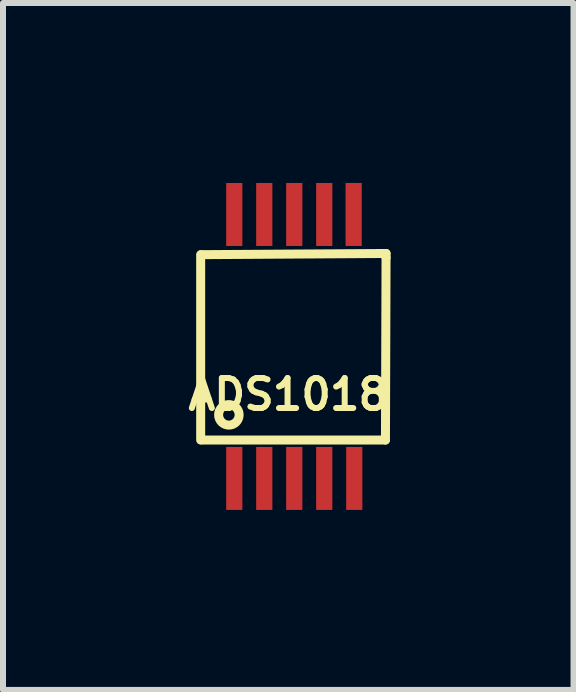
<source format=kicad_pcb>
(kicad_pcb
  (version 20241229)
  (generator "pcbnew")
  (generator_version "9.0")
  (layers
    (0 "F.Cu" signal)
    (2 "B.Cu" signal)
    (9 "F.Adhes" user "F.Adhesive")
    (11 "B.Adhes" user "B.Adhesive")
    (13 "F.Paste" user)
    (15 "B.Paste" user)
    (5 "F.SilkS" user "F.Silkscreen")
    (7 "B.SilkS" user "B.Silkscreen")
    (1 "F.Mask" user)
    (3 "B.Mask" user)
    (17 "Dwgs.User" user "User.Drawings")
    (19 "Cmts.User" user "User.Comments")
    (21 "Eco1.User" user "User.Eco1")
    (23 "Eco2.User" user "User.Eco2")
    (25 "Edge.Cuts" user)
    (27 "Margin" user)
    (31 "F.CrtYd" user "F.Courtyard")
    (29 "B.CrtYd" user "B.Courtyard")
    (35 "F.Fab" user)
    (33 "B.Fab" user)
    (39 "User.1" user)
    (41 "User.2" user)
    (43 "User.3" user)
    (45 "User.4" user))
  (footprint "ADS1018"
    (layer "F.Cu")
    (at 0.855 4.925)
    (property "Reference" "ADS1018" (at 0.9 -1.4 0) (layer "F.SilkS") (effects (font (size 0.5 0.5) (thickness 0.1))))
    (attr through_hole)
    (fp_line (start -0.56 -3.73) (end -0.56 -0.64) (stroke (width 0.15) (type solid)) (layer "F.SilkS"))
    (fp_line (start -0.53 -0.64) (end 2.52 -0.64) (stroke (width 0.15) (type solid)) (layer "F.SilkS"))
    (fp_line (start 2.52 -0.64) (end 2.53 -3.68) (stroke (width 0.15) (type solid)) (layer "F.SilkS"))
    (fp_line (start 2.53 -3.75) (end -0.55 -3.73) (stroke (width 0.15) (type solid)) (layer "F.SilkS"))
    (fp_line (start 2.53 -3.68) (end 2.53 -3.75) (stroke (width 0.15) (type solid)) (layer "F.SilkS"))
    (fp_circle (center -0.09 -1.06) (end -0.07 -0.89) (stroke (width 0.15) (type solid)) (fill no) (layer "F.SilkS"))
    (pad "1" smd rect (at 0 0) (size 0.27 1.05) (layers "F.Cu" "F.Mask" "F.Paste"))
    (pad "2" smd rect (at 0.5 0) (size 0.27 1.05) (layers "F.Cu" "F.Mask" "F.Paste"))
    (pad "3" smd rect (at 1 0) (size 0.27 1.05) (layers "F.Cu" "F.Mask" "F.Paste"))
    (pad "4" smd rect (at 1.5 0) (size 0.27 1.05) (layers "F.Cu" "F.Mask" "F.Paste"))
    (pad "5" smd rect (at 2 0) (size 0.27 1.05) (layers "F.Cu" "F.Mask" "F.Paste"))
    (pad "6" smd rect (at 1.99 -4.4) (size 0.27 1.05) (layers "F.Cu" "F.Mask" "F.Paste"))
    (pad "7" smd rect (at 1.5 -4.4) (size 0.27 1.05) (layers "F.Cu" "F.Mask" "F.Paste"))
    (pad "8" smd rect (at 1 -4.4) (size 0.27 1.05) (layers "F.Cu" "F.Mask" "F.Paste"))
    (pad "9" smd rect (at 0.5 -4.4) (size 0.27 1.05) (layers "F.Cu" "F.Mask" "F.Paste"))
    (pad "10" smd rect (at 0 -4.4) (size 0.27 1.05) (layers "F.Cu" "F.Mask" "F.Paste")))
  (gr_rect
    (start -3 -3)
    (end 6.51 8.45)
    (stroke (width 0.1) (type default))
    (fill no)
    (layer "Edge.Cuts")))
</source>
